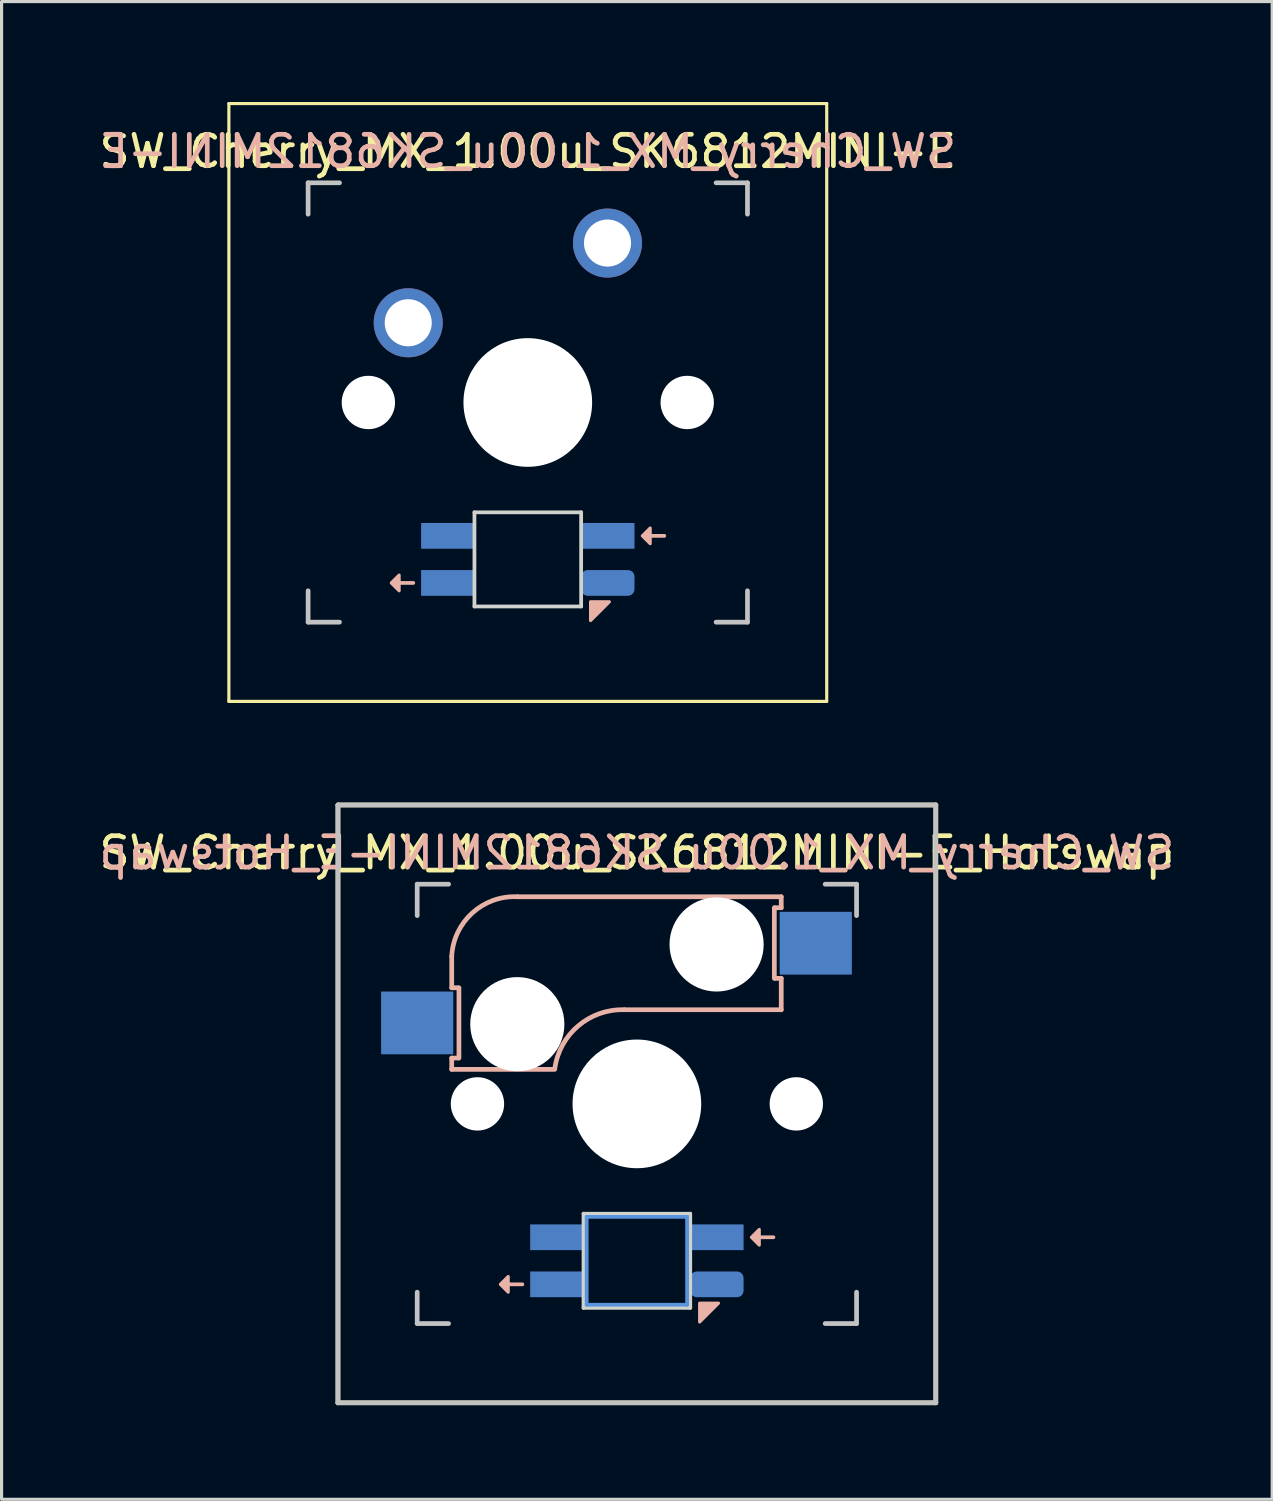
<source format=kicad_pcb>
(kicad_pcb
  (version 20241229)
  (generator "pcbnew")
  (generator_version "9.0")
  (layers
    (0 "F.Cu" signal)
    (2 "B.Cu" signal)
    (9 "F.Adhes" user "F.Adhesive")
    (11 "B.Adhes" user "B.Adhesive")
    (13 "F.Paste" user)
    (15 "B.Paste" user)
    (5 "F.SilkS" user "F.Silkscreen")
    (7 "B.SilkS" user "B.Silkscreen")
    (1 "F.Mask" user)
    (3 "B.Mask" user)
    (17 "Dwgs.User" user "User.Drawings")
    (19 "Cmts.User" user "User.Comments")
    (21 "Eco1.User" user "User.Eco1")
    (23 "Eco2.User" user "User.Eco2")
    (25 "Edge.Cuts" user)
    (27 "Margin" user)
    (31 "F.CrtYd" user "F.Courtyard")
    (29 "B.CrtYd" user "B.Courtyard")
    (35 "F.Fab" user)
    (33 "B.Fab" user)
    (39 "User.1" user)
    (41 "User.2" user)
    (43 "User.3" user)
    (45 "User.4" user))
  (footprint "SW_Cherry_MX_1.00u_SK6812MINI-E"
    (layer "F.Cu")
    (at 4.243 0.25)
    (property "Reference" "SW_Cherry_MX_1.00u_SK6812MINI-E" (at 9.525 1.525 0) (unlocked yes) (layer "F.SilkS") (effects (font (size 1 1) (thickness 0.15))))
    (attr through_hole)
    (fp_line (start 0 0) (end 19.05 0) (stroke (width 0.1) (type solid)) (layer "F.SilkS"))
    (fp_line (start 0 19.05) (end 0 0) (stroke (width 0.1) (type solid)) (layer "F.SilkS"))
    (fp_line (start 19.05 0) (end 19.05 19.05) (stroke (width 0.1) (type solid)) (layer "F.SilkS"))
    (fp_line (start 19.05 19.05) (end 0 19.05) (stroke (width 0.1) (type solid)) (layer "F.SilkS"))
    (fp_line (start 5.425 15.275) (end 5.875 15.275) (stroke (width 0.12) (type solid)) (layer "B.SilkS"))
    (fp_line (start 13.425 13.775) (end 13.875 13.775) (stroke (width 0.12) (type solid)) (layer "B.SilkS"))
    (fp_poly (pts (xy 5.425 15.025) (xy 5.175 15.275) (xy 5.425 15.525)) (stroke (width 0.1) (type solid)) (fill yes) (layer "B.SilkS"))
    (fp_poly (pts (xy 11.525 16.475) (xy 11.525 15.875) (xy 12.125 15.875)) (stroke (width 0.1) (type solid)) (fill yes) (layer "B.SilkS"))
    (fp_poly (pts (xy 13.425 13.525) (xy 13.175 13.775) (xy 13.425 14.025)) (stroke (width 0.1) (type solid)) (fill yes) (layer "B.SilkS"))
    (fp_line (start 2.525 2.525) (end 3.525 2.525) (stroke (width 0.15) (type solid)) (layer "Dwgs.User"))
    (fp_line (start 2.525 3.525) (end 2.525 2.525) (stroke (width 0.15) (type solid)) (layer "Dwgs.User"))
    (fp_line (start 2.525 15.525) (end 2.525 16.525) (stroke (width 0.15) (type solid)) (layer "Dwgs.User"))
    (fp_line (start 2.525 16.525) (end 3.525 16.525) (stroke (width 0.15) (type solid)) (layer "Dwgs.User"))
    (fp_line (start 15.525 16.525) (end 16.525 16.525) (stroke (width 0.15) (type solid)) (layer "Dwgs.User"))
    (fp_line (start 16.525 2.525) (end 15.525 2.525) (stroke (width 0.15) (type solid)) (layer "Dwgs.User"))
    (fp_line (start 16.525 2.525) (end 16.525 3.525) (stroke (width 0.15) (type solid)) (layer "Dwgs.User"))
    (fp_line (start 16.525 16.525) (end 16.525 15.525) (stroke (width 0.15) (type solid)) (layer "Dwgs.User"))
    (fp_line (start 2.476 2.48) (end 16.576 2.48) (stroke (width 0.05) (type solid)) (layer "Eco1.User"))
    (fp_line (start 2.476 16.58) (end 2.476 2.48) (stroke (width 0.05) (type solid)) (layer "Eco1.User"))
    (fp_line (start 16.576 2.48) (end 16.576 16.58) (stroke (width 0.05) (type solid)) (layer "Eco1.User"))
    (fp_line (start 16.576 16.58) (end 2.476 16.58) (stroke (width 0.05) (type solid)) (layer "Eco1.User"))
    (fp_line (start 7.825 13.025) (end 11.225 13.025) (stroke (width 0.12) (type solid)) (layer "Edge.Cuts"))
    (fp_line (start 7.825 16.025) (end 7.825 13.025) (stroke (width 0.12) (type solid)) (layer "Edge.Cuts"))
    (fp_line (start 11.225 13.025) (end 11.225 16.025) (stroke (width 0.12) (type solid)) (layer "Edge.Cuts"))
    (fp_line (start 11.225 16.025) (end 7.825 16.025) (stroke (width 0.12) (type solid)) (layer "Edge.Cuts"))
    (fp_text user "${REFERENCE}" (at 9.525 1.525 0) (layer "B.SilkS") (effects (font (size 1 1) (thickness 0.15)) (justify mirror)))
    (pad "" np_thru_hole circle (at 4.445 9.525) (size 1.7 1.7) (drill 1.7) (layers "*.Cu" "*.Mask"))
    (pad "" np_thru_hole circle (at 9.525 9.525 90) (size 4.1 4.1) (drill 4.1) (layers "*.Cu" "*.Mask"))
    (pad "" np_thru_hole circle (at 14.605 9.525) (size 1.7 1.7) (drill 1.7) (layers "*.Cu" "*.Mask"))
    (pad "1" thru_hole circle (at 5.715 6.985 180) (size 2.2 2.2) (drill 1.5) (layers "*.Cu" "*.Mask"))
    (pad "2" thru_hole circle (at 12.065 4.445 180) (size 2.2 2.2) (drill 1.5) (layers "*.Cu" "*.Mask"))
    (pad "3" smd rect (at 6.975 13.775) (size 1.7 0.82) (layers "B.Cu" "B.Mask" "B.Paste"))
    (pad "4" smd rect (at 6.975 15.275) (size 1.7 0.82) (layers "B.Cu" "B.Mask" "B.Paste"))
    (pad "5" smd roundrect (at 12.075 15.275) (size 1.7 0.82) (layers "B.Cu" "B.Mask" "B.Paste") (roundrect_rratio 0.25))
    (pad "6" smd rect (at 12.075 13.775) (size 1.7 0.82) (layers "B.Cu" "B.Mask" "B.Paste")))
  (footprint "SW_Cherry_MX_1.00u_SK6812MINI-E_Hotswap"
    (layer "F.Cu")
    (at 7.719 22.6)
    (property "Reference" "SW_Cherry_MX_1.00u_SK6812MINI-E_Hotswap" (at 9.525 1.525 0) (unlocked yes) (layer "F.SilkS") (effects (font (size 1 1) (thickness 0.15))))
    (attr through_hole)
    (fp_line (start 0 0) (end 19.05 0) (stroke (width 0.15) (type solid)) (layer "F.SilkS"))
    (fp_line (start 0 19.05) (end 0 0) (stroke (width 0.15) (type solid)) (layer "F.SilkS"))
    (fp_line (start 19.05 0) (end 19.05 19.05) (stroke (width 0.15) (type solid)) (layer "F.SilkS"))
    (fp_line (start 19.05 19.05) (end 0 19.05) (stroke (width 0.15) (type solid)) (layer "F.SilkS"))
    (fp_line (start 3.625 4.825) (end 3.625 5.825) (stroke (width 0.15) (type solid)) (layer "B.SilkS"))
    (fp_line (start 3.625 5.825) (end 3.825 5.825) (stroke (width 0.15) (type solid)) (layer "B.SilkS"))
    (fp_line (start 3.625 8.425) (end 3.625 8.065) (stroke (width 0.15) (type solid)) (layer "B.SilkS"))
    (fp_line (start 3.625 8.425) (end 6.905 8.425) (stroke (width 0.15) (type solid)) (layer "B.SilkS"))
    (fp_line (start 3.825 8.065) (end 3.625 8.065) (stroke (width 0.15) (type solid)) (layer "B.SilkS"))
    (fp_line (start 3.855 5.825) (end 3.855 8.065) (stroke (width 0.15) (type solid)) (layer "B.SilkS"))
    (fp_line (start 5.425 15.275) (end 5.875 15.275) (stroke (width 0.12) (type solid)) (layer "B.SilkS"))
    (fp_line (start 9.125 6.525) (end 14.125 6.525) (stroke (width 0.15) (type solid)) (layer "B.SilkS"))
    (fp_line (start 13.425 13.775) (end 13.875 13.775) (stroke (width 0.12) (type solid)) (layer "B.SilkS"))
    (fp_line (start 13.905 5.525) (end 13.905 3.275) (stroke (width 0.15) (type solid)) (layer "B.SilkS"))
    (fp_line (start 13.925 3.275) (end 14.125 3.275) (stroke (width 0.15) (type solid)) (layer "B.SilkS"))
    (fp_line (start 14.125 2.925) (end 5.725 2.925) (stroke (width 0.15) (type solid)) (layer "B.SilkS"))
    (fp_line (start 14.125 3.275) (end 14.125 2.925) (stroke (width 0.15) (type solid)) (layer "B.SilkS"))
    (fp_line (start 14.125 5.525) (end 13.925 5.525) (stroke (width 0.15) (type solid)) (layer "B.SilkS"))
    (fp_line (start 14.125 6.525) (end 14.125 5.525) (stroke (width 0.15) (type solid)) (layer "B.SilkS"))
    (fp_arc (start 3.625 4.825001) (mid 4.281496 3.440076) (end 5.724999 2.925) (stroke (width 0.15) (type solid)) (layer "B.SilkS"))
    (fp_arc (start 6.908682 8.403529) (mid 7.656291 7.038882) (end 9.125 6.525) (stroke (width 0.15) (type solid)) (layer "B.SilkS"))
    (fp_poly (pts (xy 5.425 15.025) (xy 5.175 15.275) (xy 5.425 15.525)) (stroke (width 0.1) (type solid)) (fill yes) (layer "B.SilkS"))
    (fp_poly (pts (xy 11.525 16.475) (xy 11.525 15.875) (xy 12.125 15.875)) (stroke (width 0.1) (type solid)) (fill yes) (layer "B.SilkS"))
    (fp_poly (pts (xy 13.425 13.525) (xy 13.175 13.775) (xy 13.425 14.025)) (stroke (width 0.1) (type solid)) (fill yes) (layer "B.SilkS"))
    (fp_line (start 0 0) (end 19.05 0) (stroke (width 0.15) (type solid)) (layer "Dwgs.User"))
    (fp_line (start 0 19.05) (end 0 0) (stroke (width 0.15) (type solid)) (layer "Dwgs.User"))
    (fp_line (start 2.525 2.525) (end 3.525 2.525) (stroke (width 0.15) (type solid)) (layer "Dwgs.User"))
    (fp_line (start 2.525 3.525) (end 2.525 2.525) (stroke (width 0.15) (type solid)) (layer "Dwgs.User"))
    (fp_line (start 2.525 15.525) (end 2.525 16.525) (stroke (width 0.15) (type solid)) (layer "Dwgs.User"))
    (fp_line (start 2.525 16.525) (end 3.525 16.525) (stroke (width 0.15) (type solid)) (layer "Dwgs.User"))
    (fp_line (start 15.525 16.525) (end 16.525 16.525) (stroke (width 0.15) (type solid)) (layer "Dwgs.User"))
    (fp_line (start 16.525 2.525) (end 15.525 2.525) (stroke (width 0.15) (type solid)) (layer "Dwgs.User"))
    (fp_line (start 16.525 2.525) (end 16.525 3.525) (stroke (width 0.15) (type solid)) (layer "Dwgs.User"))
    (fp_line (start 16.525 16.525) (end 16.525 15.525) (stroke (width 0.15) (type solid)) (layer "Dwgs.User"))
    (fp_line (start 19.05 0) (end 19.05 19.05) (stroke (width 0.15) (type solid)) (layer "Dwgs.User"))
    (fp_line (start 19.05 19.05) (end 0 19.05) (stroke (width 0.15) (type solid)) (layer "Dwgs.User"))
    (fp_line (start 7.925 13.125) (end 11.125 13.125) (stroke (width 0.12) (type solid)) (layer "Cmts.User"))
    (fp_line (start 7.925 15.925) (end 7.925 13.125) (stroke (width 0.12) (type solid)) (layer "Cmts.User"))
    (fp_line (start 11.125 13.125) (end 11.125 15.925) (stroke (width 0.12) (type solid)) (layer "Cmts.User"))
    (fp_line (start 11.125 15.925) (end 7.925 15.925) (stroke (width 0.12) (type solid)) (layer "Cmts.User"))
    (fp_line (start 2.47 2.47) (end 16.57 2.47) (stroke (width 0.05) (type solid)) (layer "Eco1.User"))
    (fp_line (start 2.47 16.57) (end 2.47 2.47) (stroke (width 0.05) (type solid)) (layer "Eco1.User"))
    (fp_line (start 16.57 2.47) (end 16.57 16.57) (stroke (width 0.05) (type solid)) (layer "Eco1.User"))
    (fp_line (start 16.57 16.57) (end 2.47 16.57) (stroke (width 0.05) (type solid)) (layer "Eco1.User"))
    (fp_line (start 7.825 13.025) (end 11.225 13.025) (stroke (width 0.12) (type solid)) (layer "Edge.Cuts"))
    (fp_line (start 7.825 16.025) (end 7.825 13.025) (stroke (width 0.12) (type solid)) (layer "Edge.Cuts"))
    (fp_line (start 11.225 13.025) (end 11.225 16.025) (stroke (width 0.12) (type solid)) (layer "Edge.Cuts"))
    (fp_line (start 11.225 16.025) (end 7.825 16.025) (stroke (width 0.12) (type solid)) (layer "Edge.Cuts"))
    (fp_text user "${REFERENCE}" (at 9.525 1.525 0) (layer "B.SilkS") (effects (font (size 1 1) (thickness 0.15)) (justify mirror)))
    (pad "" np_thru_hole circle (at 4.445 9.525) (size 1.7 1.7) (drill 1.7) (layers "*.Cu" "*.Mask"))
    (pad "" np_thru_hole circle (at 5.715 6.985 180) (size 3 3) (drill 3) (layers "*.Cu" "*.Mask"))
    (pad "" np_thru_hole circle (at 9.525 9.525 90) (size 4.1 4.1) (drill 4.1) (layers "*.Cu" "*.Mask"))
    (pad "" np_thru_hole circle (at 12.065 4.445 180) (size 3 3) (drill 3) (layers "*.Cu" "*.Mask"))
    (pad "" np_thru_hole circle (at 14.605 9.525) (size 1.7 1.7) (drill 1.7) (layers "*.Cu" "*.Mask"))
    (pad "1" smd rect (at 2.525 6.945 180) (size 2.3 2) (layers "B.Cu" "B.Mask" "B.Paste"))
    (pad "2" smd rect (at 15.225 4.405 180) (size 2.3 2) (layers "B.Cu" "B.Mask" "B.Paste"))
    (pad "3" smd rect (at 6.975 15.275) (size 1.7 0.82) (layers "B.Cu" "B.Mask" "B.Paste"))
    (pad "4" smd rect (at 6.975 13.775) (size 1.7 0.82) (layers "B.Cu" "B.Mask" "B.Paste"))
    (pad "5" smd rect (at 12.075 13.775) (size 1.7 0.82) (layers "B.Cu" "B.Mask" "B.Paste"))
    (pad "6" smd roundrect (at 12.075 15.275) (size 1.7 0.82) (layers "B.Cu" "B.Mask" "B.Paste") (roundrect_rratio 0.25)))
  (gr_rect
    (start -3 -3)
    (end 37.488 44.725)
    (stroke (width 0.1) (type default))
    (fill no)
    (layer "Edge.Cuts")))
</source>
